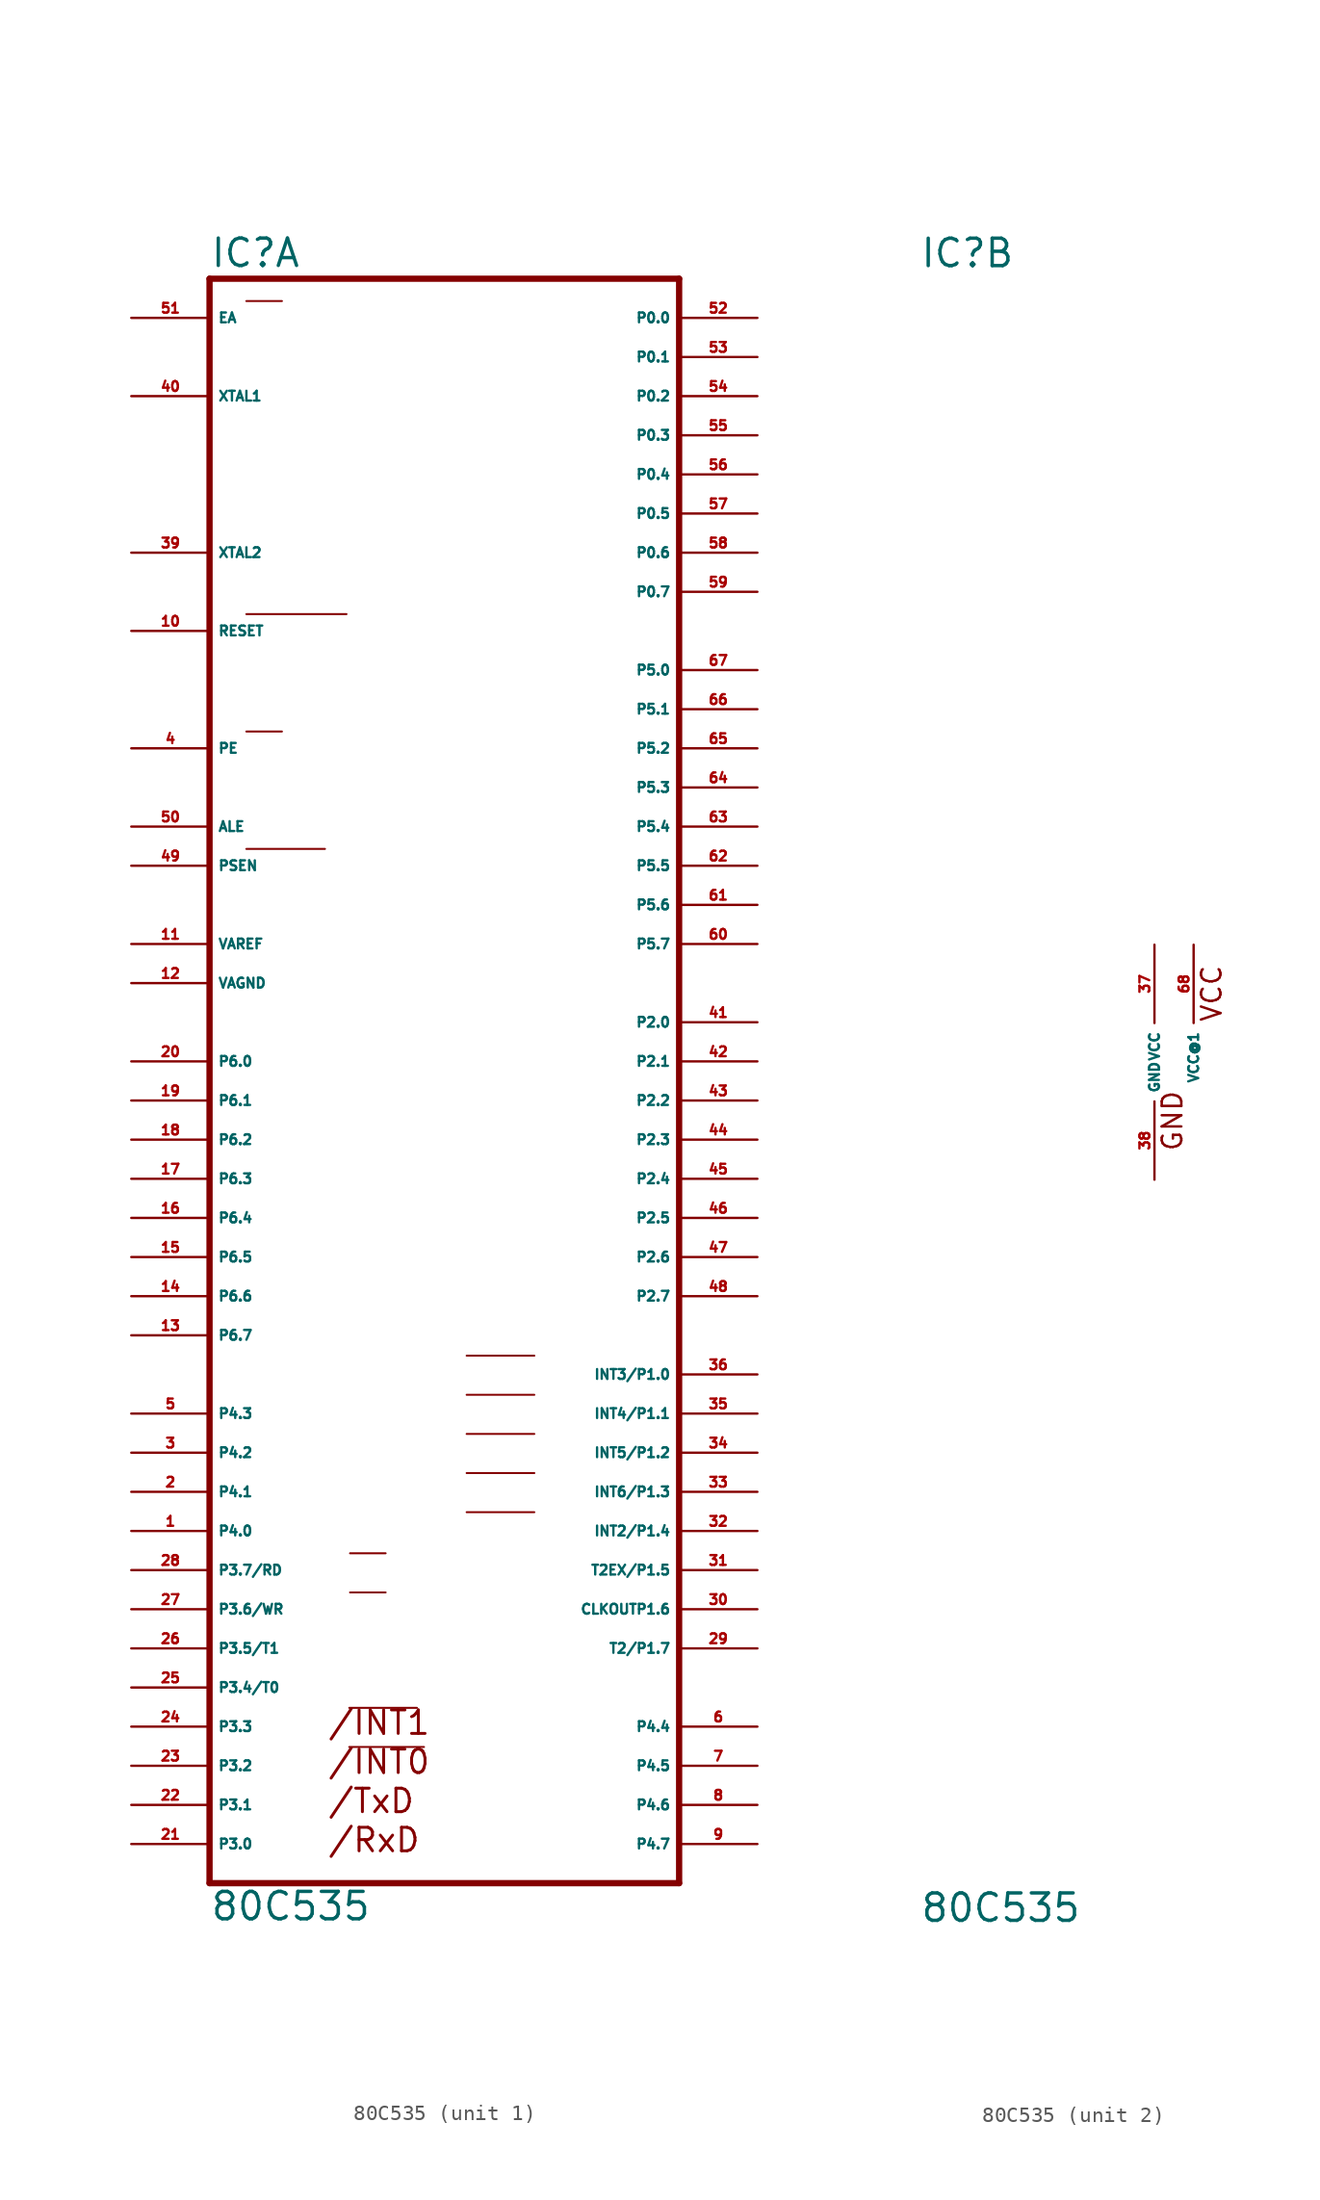
<source format=kicad_sym>
(kicad_symbol_lib
  (version 20220914)
  (generator Eagle2Kicad)
  (symbol "80C535"
    (property "Reference" "IC"
      (at -15.24 51.435 0)
      (effects (font (size 1.778 1.778) (thickness 0.22)) (justify left bottom)))
    (property "Value" "80C535"
      (at -15.24 -55.88 0)
      (effects (font (size 1.778 1.778) (thickness 0.22)) (justify left bottom)))
    (symbol "80C535_1_0"
      (polyline (pts (xy -6.172 -41.961) (xy -1.778 -41.961)) (stroke (width 0.127) (type default)) (fill (type none)))
      (polyline (pts (xy -6.172 -44.501) (xy -1.321 -44.501)) (stroke (width 0.127) (type default)) (fill (type none)))
      (polyline (pts (xy -6.121 -31.928) (xy -3.81 -31.928)) (stroke (width 0.127) (type default)) (fill (type none)))
      (polyline (pts (xy -6.121 -34.468) (xy -3.81 -34.468)) (stroke (width 0.127) (type default)) (fill (type none)))
      (polyline (pts (xy -12.852 29.032) (xy -6.35 29.032)) (stroke (width 0.127) (type default)) (fill (type none)))
      (polyline (pts (xy -12.852 21.412) (xy -10.541 21.412)) (stroke (width 0.127) (type default)) (fill (type none)))
      (polyline (pts (xy -12.852 13.792) (xy -7.747 13.792)) (stroke (width 0.127) (type default)) (fill (type none)))
      (polyline (pts (xy -12.852 49.352) (xy -10.541 49.352)) (stroke (width 0.127) (type default)) (fill (type none)))
      (polyline (pts (xy -15.24 -53.34) (xy 15.24 -53.34)) (stroke (width 0.406) (type default)) (fill (type none)))
      (polyline (pts (xy 15.24 -53.34) (xy 15.24 50.8)) (stroke (width 0.406) (type default)) (fill (type none)))
      (polyline (pts (xy 15.24 50.8) (xy -15.24 50.8)) (stroke (width 0.406) (type default)) (fill (type none)))
      (polyline (pts (xy -15.24 50.8) (xy -15.24 -53.34)) (stroke (width 0.406) (type default)) (fill (type none)))
      (polyline (pts (xy 1.448 -19.101) (xy 5.842 -19.101)) (stroke (width 0.127) (type default)) (fill (type none)))
      (polyline (pts (xy 1.448 -21.641) (xy 5.842 -21.641)) (stroke (width 0.127) (type default)) (fill (type none)))
      (polyline (pts (xy 1.448 -24.181) (xy 5.842 -24.181)) (stroke (width 0.127) (type default)) (fill (type none)))
      (polyline (pts (xy 1.448 -26.721) (xy 5.842 -26.721)) (stroke (width 0.127) (type default)) (fill (type none)))
      (polyline (pts (xy 1.448 -29.261) (xy 5.842 -29.261)) (stroke (width 0.127) (type default)) (fill (type none)))
      (text "/INT1" (at -7.62 -43.815 0) (effects (font (size 1.524 1.524) (thickness 0.19)) (justify left bottom)))
      (text "/INT0" (at -7.62 -46.355 0) (effects (font (size 1.524 1.524) (thickness 0.19)) (justify left bottom)))
      (text "/RxD" (at -7.62 -51.435 0) (effects (font (size 1.524 1.524) (thickness 0.19)) (justify left bottom)))
      (text "/TxD" (at -7.62 -48.895 0) (effects (font (size 1.524 1.524) (thickness 0.19)) (justify left bottom)))
      (pin input line (at -20.32 48.26 0) (length 5.08) (name "EA" (effects (font (size 0.635 0.635) (thickness 0.08)) (justify left bottom))) (number "51" (effects (font (size 0.635 0.635) (thickness 0.08)) (justify left bottom))))
      (pin bidirectional line (at 20.32 48.26 180) (length 5.08) (name "P0.0" (effects (font (size 0.635 0.635) (thickness 0.08)) (justify left bottom))) (number "52" (effects (font (size 0.635 0.635) (thickness 0.08)) (justify left bottom))))
      (pin bidirectional line (at 20.32 45.72 180) (length 5.08) (name "P0.1" (effects (font (size 0.635 0.635) (thickness 0.08)) (justify left bottom))) (number "53" (effects (font (size 0.635 0.635) (thickness 0.08)) (justify left bottom))))
      (pin bidirectional line (at 20.32 43.18 180) (length 5.08) (name "P0.2" (effects (font (size 0.635 0.635) (thickness 0.08)) (justify left bottom))) (number "54" (effects (font (size 0.635 0.635) (thickness 0.08)) (justify left bottom))))
      (pin bidirectional line (at 20.32 40.64 180) (length 5.08) (name "P0.3" (effects (font (size 0.635 0.635) (thickness 0.08)) (justify left bottom))) (number "55" (effects (font (size 0.635 0.635) (thickness 0.08)) (justify left bottom))))
      (pin bidirectional line (at 20.32 38.1 180) (length 5.08) (name "P0.4" (effects (font (size 0.635 0.635) (thickness 0.08)) (justify left bottom))) (number "56" (effects (font (size 0.635 0.635) (thickness 0.08)) (justify left bottom))))
      (pin bidirectional line (at 20.32 35.56 180) (length 5.08) (name "P0.5" (effects (font (size 0.635 0.635) (thickness 0.08)) (justify left bottom))) (number "57" (effects (font (size 0.635 0.635) (thickness 0.08)) (justify left bottom))))
      (pin bidirectional line (at 20.32 33.02 180) (length 5.08) (name "P0.6" (effects (font (size 0.635 0.635) (thickness 0.08)) (justify left bottom))) (number "58" (effects (font (size 0.635 0.635) (thickness 0.08)) (justify left bottom))))
      (pin bidirectional line (at 20.32 30.48 180) (length 5.08) (name "P0.7" (effects (font (size 0.635 0.635) (thickness 0.08)) (justify left bottom))) (number "59" (effects (font (size 0.635 0.635) (thickness 0.08)) (justify left bottom))))
      (pin bidirectional line (at 20.32 25.4 180) (length 5.08) (name "P5.0" (effects (font (size 0.635 0.635) (thickness 0.08)) (justify left bottom))) (number "67" (effects (font (size 0.635 0.635) (thickness 0.08)) (justify left bottom))))
      (pin bidirectional line (at 20.32 22.86 180) (length 5.08) (name "P5.1" (effects (font (size 0.635 0.635) (thickness 0.08)) (justify left bottom))) (number "66" (effects (font (size 0.635 0.635) (thickness 0.08)) (justify left bottom))))
      (pin bidirectional line (at 20.32 20.32 180) (length 5.08) (name "P5.2" (effects (font (size 0.635 0.635) (thickness 0.08)) (justify left bottom))) (number "65" (effects (font (size 0.635 0.635) (thickness 0.08)) (justify left bottom))))
      (pin bidirectional line (at 20.32 17.78 180) (length 5.08) (name "P5.3" (effects (font (size 0.635 0.635) (thickness 0.08)) (justify left bottom))) (number "64" (effects (font (size 0.635 0.635) (thickness 0.08)) (justify left bottom))))
      (pin bidirectional line (at 20.32 15.24 180) (length 5.08) (name "P5.4" (effects (font (size 0.635 0.635) (thickness 0.08)) (justify left bottom))) (number "63" (effects (font (size 0.635 0.635) (thickness 0.08)) (justify left bottom))))
      (pin bidirectional line (at 20.32 12.7 180) (length 5.08) (name "P5.5" (effects (font (size 0.635 0.635) (thickness 0.08)) (justify left bottom))) (number "62" (effects (font (size 0.635 0.635) (thickness 0.08)) (justify left bottom))))
      (pin bidirectional line (at 20.32 10.16 180) (length 5.08) (name "P5.6" (effects (font (size 0.635 0.635) (thickness 0.08)) (justify left bottom))) (number "61" (effects (font (size 0.635 0.635) (thickness 0.08)) (justify left bottom))))
      (pin bidirectional line (at 20.32 7.62 180) (length 5.08) (name "P5.7" (effects (font (size 0.635 0.635) (thickness 0.08)) (justify left bottom))) (number "60" (effects (font (size 0.635 0.635) (thickness 0.08)) (justify left bottom))))
      (pin input line (at -20.32 43.18 0) (length 5.08) (name "XTAL1" (effects (font (size 0.635 0.635) (thickness 0.08)) (justify left bottom))) (number "40" (effects (font (size 0.635 0.635) (thickness 0.08)) (justify left bottom))))
      (pin input line (at -20.32 33.02 0) (length 5.08) (name "XTAL2" (effects (font (size 0.635 0.635) (thickness 0.08)) (justify left bottom))) (number "39" (effects (font (size 0.635 0.635) (thickness 0.08)) (justify left bottom))))
      (pin input line (at -20.32 27.94 0) (length 5.08) (name "RESET" (effects (font (size 0.635 0.635) (thickness 0.08)) (justify left bottom))) (number "10" (effects (font (size 0.635 0.635) (thickness 0.08)) (justify left bottom))))
      (pin input line (at -20.32 20.32 0) (length 5.08) (name "PE" (effects (font (size 0.635 0.635) (thickness 0.08)) (justify left bottom))) (number "4" (effects (font (size 0.635 0.635) (thickness 0.08)) (justify left bottom))))
      (pin output line (at -20.32 15.24 0) (length 5.08) (name "ALE" (effects (font (size 0.635 0.635) (thickness 0.08)) (justify left bottom))) (number "50" (effects (font (size 0.635 0.635) (thickness 0.08)) (justify left bottom))))
      (pin output line (at -20.32 12.7 0) (length 5.08) (name "PSEN" (effects (font (size 0.635 0.635) (thickness 0.08)) (justify left bottom))) (number "49" (effects (font (size 0.635 0.635) (thickness 0.08)) (justify left bottom))))
      (pin bidirectional line (at -20.32 7.62 0) (length 5.08) (name "VAREF" (effects (font (size 0.635 0.635) (thickness 0.08)) (justify left bottom))) (number "11" (effects (font (size 0.635 0.635) (thickness 0.08)) (justify left bottom))))
      (pin bidirectional line (at -20.32 5.08 0) (length 5.08) (name "VAGND" (effects (font (size 0.635 0.635) (thickness 0.08)) (justify left bottom))) (number "12" (effects (font (size 0.635 0.635) (thickness 0.08)) (justify left bottom))))
      (pin input line (at -20.32 0 0) (length 5.08) (name "P6.0" (effects (font (size 0.635 0.635) (thickness 0.08)) (justify left bottom))) (number "20" (effects (font (size 0.635 0.635) (thickness 0.08)) (justify left bottom))))
      (pin input line (at -20.32 -2.54 0) (length 5.08) (name "P6.1" (effects (font (size 0.635 0.635) (thickness 0.08)) (justify left bottom))) (number "19" (effects (font (size 0.635 0.635) (thickness 0.08)) (justify left bottom))))
      (pin input line (at -20.32 -5.08 0) (length 5.08) (name "P6.2" (effects (font (size 0.635 0.635) (thickness 0.08)) (justify left bottom))) (number "18" (effects (font (size 0.635 0.635) (thickness 0.08)) (justify left bottom))))
      (pin input line (at -20.32 -7.62 0) (length 5.08) (name "P6.3" (effects (font (size 0.635 0.635) (thickness 0.08)) (justify left bottom))) (number "17" (effects (font (size 0.635 0.635) (thickness 0.08)) (justify left bottom))))
      (pin input line (at -20.32 -10.16 0) (length 5.08) (name "P6.4" (effects (font (size 0.635 0.635) (thickness 0.08)) (justify left bottom))) (number "16" (effects (font (size 0.635 0.635) (thickness 0.08)) (justify left bottom))))
      (pin input line (at -20.32 -15.24 0) (length 5.08) (name "P6.6" (effects (font (size 0.635 0.635) (thickness 0.08)) (justify left bottom))) (number "14" (effects (font (size 0.635 0.635) (thickness 0.08)) (justify left bottom))))
      (pin input line (at -20.32 -17.78 0) (length 5.08) (name "P6.7" (effects (font (size 0.635 0.635) (thickness 0.08)) (justify left bottom))) (number "13" (effects (font (size 0.635 0.635) (thickness 0.08)) (justify left bottom))))
      (pin bidirectional line (at -20.32 -22.86 0) (length 5.08) (name "P4.3" (effects (font (size 0.635 0.635) (thickness 0.08)) (justify left bottom))) (number "5" (effects (font (size 0.635 0.635) (thickness 0.08)) (justify left bottom))))
      (pin input line (at -20.32 -12.7 0) (length 5.08) (name "P6.5" (effects (font (size 0.635 0.635) (thickness 0.08)) (justify left bottom))) (number "15" (effects (font (size 0.635 0.635) (thickness 0.08)) (justify left bottom))))
      (pin bidirectional line (at 20.32 2.54 180) (length 5.08) (name "P2.0" (effects (font (size 0.635 0.635) (thickness 0.08)) (justify left bottom))) (number "41" (effects (font (size 0.635 0.635) (thickness 0.08)) (justify left bottom))))
      (pin bidirectional line (at -20.32 -25.4 0) (length 5.08) (name "P4.2" (effects (font (size 0.635 0.635) (thickness 0.08)) (justify left bottom))) (number "3" (effects (font (size 0.635 0.635) (thickness 0.08)) (justify left bottom))))
      (pin bidirectional line (at -20.32 -27.94 0) (length 5.08) (name "P4.1" (effects (font (size 0.635 0.635) (thickness 0.08)) (justify left bottom))) (number "2" (effects (font (size 0.635 0.635) (thickness 0.08)) (justify left bottom))))
      (pin bidirectional line (at -20.32 -30.48 0) (length 5.08) (name "P4.0" (effects (font (size 0.635 0.635) (thickness 0.08)) (justify left bottom))) (number "1" (effects (font (size 0.635 0.635) (thickness 0.08)) (justify left bottom))))
      (pin bidirectional line (at 20.32 0 180) (length 5.08) (name "P2.1" (effects (font (size 0.635 0.635) (thickness 0.08)) (justify left bottom))) (number "42" (effects (font (size 0.635 0.635) (thickness 0.08)) (justify left bottom))))
      (pin bidirectional line (at 20.32 -2.54 180) (length 5.08) (name "P2.2" (effects (font (size 0.635 0.635) (thickness 0.08)) (justify left bottom))) (number "43" (effects (font (size 0.635 0.635) (thickness 0.08)) (justify left bottom))))
      (pin bidirectional line (at 20.32 -5.08 180) (length 5.08) (name "P2.3" (effects (font (size 0.635 0.635) (thickness 0.08)) (justify left bottom))) (number "44" (effects (font (size 0.635 0.635) (thickness 0.08)) (justify left bottom))))
      (pin bidirectional line (at 20.32 -7.62 180) (length 5.08) (name "P2.4" (effects (font (size 0.635 0.635) (thickness 0.08)) (justify left bottom))) (number "45" (effects (font (size 0.635 0.635) (thickness 0.08)) (justify left bottom))))
      (pin bidirectional line (at 20.32 -10.16 180) (length 5.08) (name "P2.5" (effects (font (size 0.635 0.635) (thickness 0.08)) (justify left bottom))) (number "46" (effects (font (size 0.635 0.635) (thickness 0.08)) (justify left bottom))))
      (pin bidirectional line (at 20.32 -12.7 180) (length 5.08) (name "P2.6" (effects (font (size 0.635 0.635) (thickness 0.08)) (justify left bottom))) (number "47" (effects (font (size 0.635 0.635) (thickness 0.08)) (justify left bottom))))
      (pin bidirectional line (at 20.32 -15.24 180) (length 5.08) (name "P2.7" (effects (font (size 0.635 0.635) (thickness 0.08)) (justify left bottom))) (number "48" (effects (font (size 0.635 0.635) (thickness 0.08)) (justify left bottom))))
      (pin bidirectional line (at 20.32 -20.32 180) (length 5.08) (name "INT3/P1.0" (effects (font (size 0.635 0.635) (thickness 0.08)) (justify left bottom))) (number "36" (effects (font (size 0.635 0.635) (thickness 0.08)) (justify left bottom))))
      (pin bidirectional line (at 20.32 -22.86 180) (length 5.08) (name "INT4/P1.1" (effects (font (size 0.635 0.635) (thickness 0.08)) (justify left bottom))) (number "35" (effects (font (size 0.635 0.635) (thickness 0.08)) (justify left bottom))))
      (pin bidirectional line (at 20.32 -25.4 180) (length 5.08) (name "INT5/P1.2" (effects (font (size 0.635 0.635) (thickness 0.08)) (justify left bottom))) (number "34" (effects (font (size 0.635 0.635) (thickness 0.08)) (justify left bottom))))
      (pin bidirectional line (at 20.32 -27.94 180) (length 5.08) (name "INT6/P1.3" (effects (font (size 0.635 0.635) (thickness 0.08)) (justify left bottom))) (number "33" (effects (font (size 0.635 0.635) (thickness 0.08)) (justify left bottom))))
      (pin bidirectional line (at 20.32 -30.48 180) (length 5.08) (name "INT2/P1.4" (effects (font (size 0.635 0.635) (thickness 0.08)) (justify left bottom))) (number "32" (effects (font (size 0.635 0.635) (thickness 0.08)) (justify left bottom))))
      (pin bidirectional line (at 20.32 -33.02 180) (length 5.08) (name "T2EX/P1.5" (effects (font (size 0.635 0.635) (thickness 0.08)) (justify left bottom))) (number "31" (effects (font (size 0.635 0.635) (thickness 0.08)) (justify left bottom))))
      (pin bidirectional line (at 20.32 -35.56 180) (length 5.08) (name "CLKOUTP1.6" (effects (font (size 0.635 0.635) (thickness 0.08)) (justify left bottom))) (number "30" (effects (font (size 0.635 0.635) (thickness 0.08)) (justify left bottom))))
      (pin bidirectional line (at 20.32 -38.1 180) (length 5.08) (name "T2/P1.7" (effects (font (size 0.635 0.635) (thickness 0.08)) (justify left bottom))) (number "29" (effects (font (size 0.635 0.635) (thickness 0.08)) (justify left bottom))))
      (pin bidirectional line (at 20.32 -43.18 180) (length 5.08) (name "P4.4" (effects (font (size 0.635 0.635) (thickness 0.08)) (justify left bottom))) (number "6" (effects (font (size 0.635 0.635) (thickness 0.08)) (justify left bottom))))
      (pin bidirectional line (at 20.32 -45.72 180) (length 5.08) (name "P4.5" (effects (font (size 0.635 0.635) (thickness 0.08)) (justify left bottom))) (number "7" (effects (font (size 0.635 0.635) (thickness 0.08)) (justify left bottom))))
      (pin bidirectional line (at 20.32 -48.26 180) (length 5.08) (name "P4.6" (effects (font (size 0.635 0.635) (thickness 0.08)) (justify left bottom))) (number "8" (effects (font (size 0.635 0.635) (thickness 0.08)) (justify left bottom))))
      (pin bidirectional line (at 20.32 -50.8 180) (length 5.08) (name "P4.7" (effects (font (size 0.635 0.635) (thickness 0.08)) (justify left bottom))) (number "9" (effects (font (size 0.635 0.635) (thickness 0.08)) (justify left bottom))))
      (pin bidirectional line (at -20.32 -50.8 0) (length 5.08) (name "P3.0" (effects (font (size 0.635 0.635) (thickness 0.08)) (justify left bottom))) (number "21" (effects (font (size 0.635 0.635) (thickness 0.08)) (justify left bottom))))
      (pin bidirectional line (at -20.32 -48.26 0) (length 5.08) (name "P3.1" (effects (font (size 0.635 0.635) (thickness 0.08)) (justify left bottom))) (number "22" (effects (font (size 0.635 0.635) (thickness 0.08)) (justify left bottom))))
      (pin bidirectional line (at -20.32 -45.72 0) (length 5.08) (name "P3.2" (effects (font (size 0.635 0.635) (thickness 0.08)) (justify left bottom))) (number "23" (effects (font (size 0.635 0.635) (thickness 0.08)) (justify left bottom))))
      (pin bidirectional line (at -20.32 -43.18 0) (length 5.08) (name "P3.3" (effects (font (size 0.635 0.635) (thickness 0.08)) (justify left bottom))) (number "24" (effects (font (size 0.635 0.635) (thickness 0.08)) (justify left bottom))))
      (pin bidirectional line (at -20.32 -40.64 0) (length 5.08) (name "P3.4/T0" (effects (font (size 0.635 0.635) (thickness 0.08)) (justify left bottom))) (number "25" (effects (font (size 0.635 0.635) (thickness 0.08)) (justify left bottom))))
      (pin bidirectional line (at -20.32 -38.1 0) (length 5.08) (name "P3.5/T1" (effects (font (size 0.635 0.635) (thickness 0.08)) (justify left bottom))) (number "26" (effects (font (size 0.635 0.635) (thickness 0.08)) (justify left bottom))))
      (pin bidirectional line (at -20.32 -35.56 0) (length 5.08) (name "P3.6/WR" (effects (font (size 0.635 0.635) (thickness 0.08)) (justify left bottom))) (number "27" (effects (font (size 0.635 0.635) (thickness 0.08)) (justify left bottom))))
      (pin bidirectional line (at -20.32 -33.02 0) (length 5.08) (name "P3.7/RD" (effects (font (size 0.635 0.635) (thickness 0.08)) (justify left bottom))) (number "28" (effects (font (size 0.635 0.635) (thickness 0.08)) (justify left bottom)))))
    (symbol "80C535_2_0"
      (text "VCC" (at 4.445 2.54 900) (effects (font (size 1.27 1.27) (thickness 0.16)) (justify left bottom)))
      (text "GND" (at 1.905 -5.842 900) (effects (font (size 1.27 1.27) (thickness 0.16)) (justify left bottom)))
      (pin unspecified line (at 0 7.62 270) (length 5.08) (name "VCC" (effects (font (size 0.635 0.635) (thickness 0.08)) (justify left bottom))) (number "37" (effects (font (size 0.635 0.635) (thickness 0.08)) (justify left bottom))))
      (pin unspecified line (at 0 -7.62 90) (length 5.08) (name "GND" (effects (font (size 0.635 0.635) (thickness 0.08)) (justify left bottom))) (number "38" (effects (font (size 0.635 0.635) (thickness 0.08)) (justify left bottom))))
      (pin unspecified line (at 2.54 7.62 270) (length 5.08) (name "VCC@1" (effects (font (size 0.635 0.635) (thickness 0.08)) (justify left bottom))) (number "68" (effects (font (size 0.635 0.635) (thickness 0.08)) (justify left bottom)))))))
</source>
